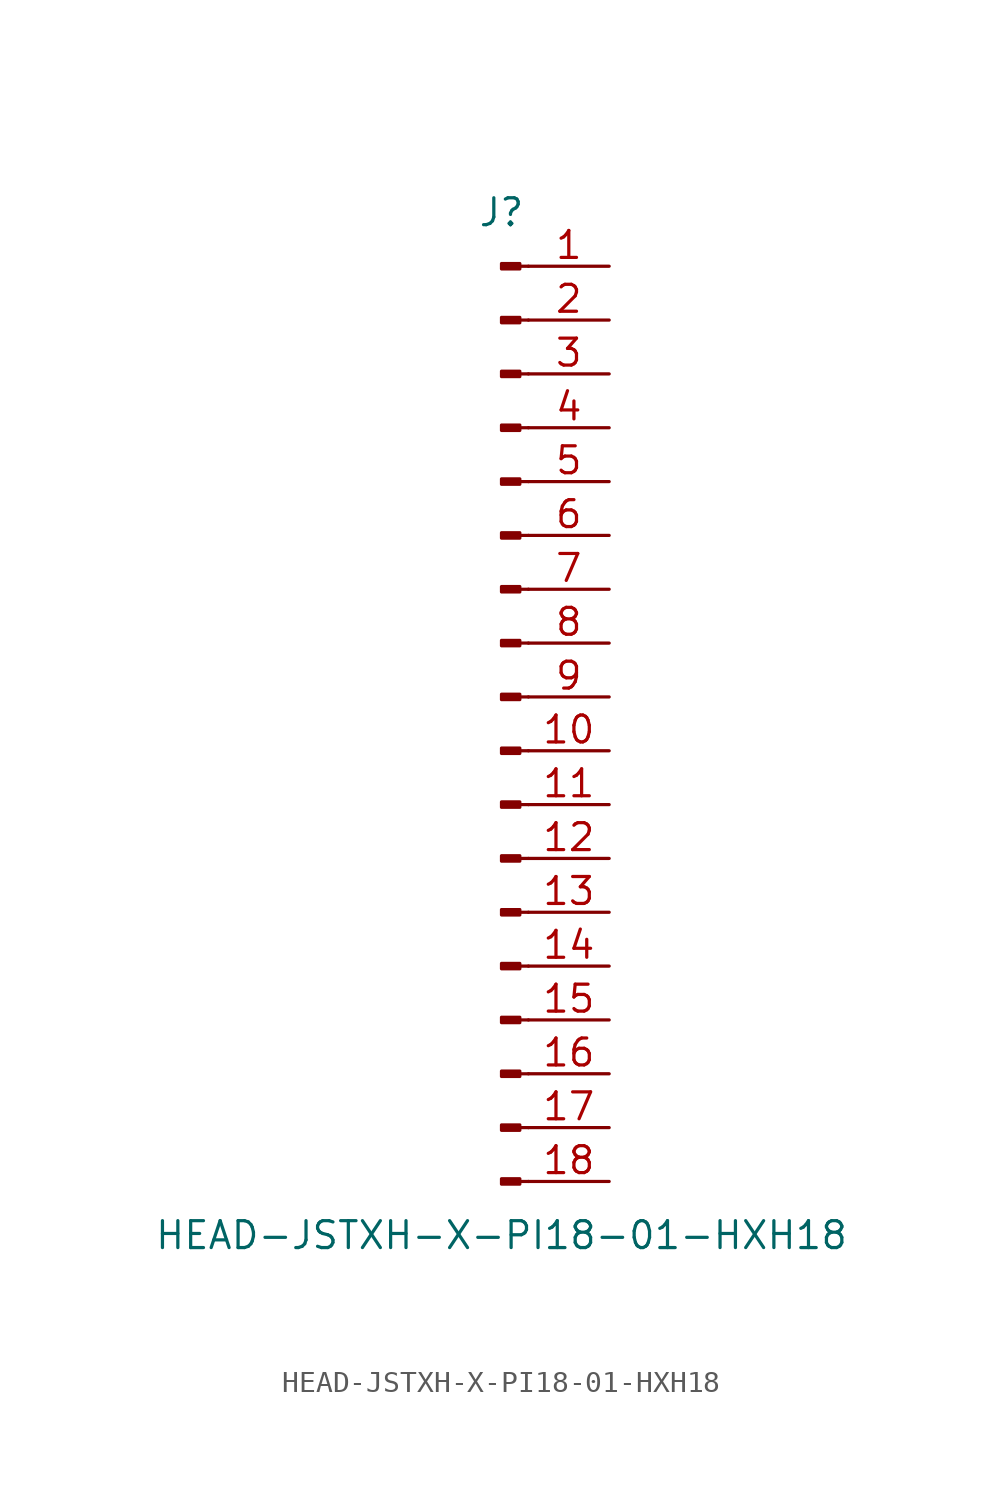
<source format=kicad_sym>
(kicad_symbol_lib
  (version 20211014)
  (generator kicad_symbol_editor)
  (symbol "HEAD-JSTXH-X-PI18-01-HXH18"
    (pin_names
      (offset 1.016) hide)
    (property "Reference" "J"
      (at 0 22.86 0)
      (effects (font (size 1.27 1.27))))
    (property "Value" "HEAD-JSTXH-X-PI18-01-HXH18"
      (at 0 -25.4 0)
      (effects (font (size 1.27 1.27))))
    (symbol "HEAD-JSTXH-X-PI18-01-HXH18_1_1"
      (polyline (pts (xy 1.27 -22.86) (xy 0.864 -22.86)) (stroke (width 0.152) (type default) (color 0 0 0 0)) (fill (type none)))
      (polyline (pts (xy 1.27 -20.32) (xy 0.864 -20.32)) (stroke (width 0.152) (type default) (color 0 0 0 0)) (fill (type none)))
      (polyline (pts (xy 1.27 -17.78) (xy 0.864 -17.78)) (stroke (width 0.152) (type default) (color 0 0 0 0)) (fill (type none)))
      (polyline (pts (xy 1.27 -15.24) (xy 0.864 -15.24)) (stroke (width 0.152) (type default) (color 0 0 0 0)) (fill (type none)))
      (polyline (pts (xy 1.27 -12.7) (xy 0.864 -12.7)) (stroke (width 0.152) (type default) (color 0 0 0 0)) (fill (type none)))
      (polyline (pts (xy 1.27 -10.16) (xy 0.864 -10.16)) (stroke (width 0.152) (type default) (color 0 0 0 0)) (fill (type none)))
      (polyline (pts (xy 1.27 -7.62) (xy 0.864 -7.62)) (stroke (width 0.152) (type default) (color 0 0 0 0)) (fill (type none)))
      (polyline (pts (xy 1.27 -5.08) (xy 0.864 -5.08)) (stroke (width 0.152) (type default) (color 0 0 0 0)) (fill (type none)))
      (polyline (pts (xy 1.27 -2.54) (xy 0.864 -2.54)) (stroke (width 0.152) (type default) (color 0 0 0 0)) (fill (type none)))
      (polyline (pts (xy 1.27 0) (xy 0.864 0)) (stroke (width 0.152) (type default) (color 0 0 0 0)) (fill (type none)))
      (polyline (pts (xy 1.27 2.54) (xy 0.864 2.54)) (stroke (width 0.152) (type default) (color 0 0 0 0)) (fill (type none)))
      (polyline (pts (xy 1.27 5.08) (xy 0.864 5.08)) (stroke (width 0.152) (type default) (color 0 0 0 0)) (fill (type none)))
      (polyline (pts (xy 1.27 7.62) (xy 0.864 7.62)) (stroke (width 0.152) (type default) (color 0 0 0 0)) (fill (type none)))
      (polyline (pts (xy 1.27 10.16) (xy 0.864 10.16)) (stroke (width 0.152) (type default) (color 0 0 0 0)) (fill (type none)))
      (polyline (pts (xy 1.27 12.7) (xy 0.864 12.7)) (stroke (width 0.152) (type default) (color 0 0 0 0)) (fill (type none)))
      (polyline (pts (xy 1.27 15.24) (xy 0.864 15.24)) (stroke (width 0.152) (type default) (color 0 0 0 0)) (fill (type none)))
      (polyline (pts (xy 1.27 17.78) (xy 0.864 17.78)) (stroke (width 0.152) (type default) (color 0 0 0 0)) (fill (type none)))
      (polyline (pts (xy 1.27 20.32) (xy 0.864 20.32)) (stroke (width 0.152) (type default) (color 0 0 0 0)) (fill (type none)))
      (rectangle (start 0.864 -22.733) (end 0 -22.987) (stroke (width 0.152) (type default) (color 0 0 0 0)) (fill (type outline)))
      (rectangle (start 0.864 -20.193) (end 0 -20.447) (stroke (width 0.152) (type default) (color 0 0 0 0)) (fill (type outline)))
      (rectangle (start 0.864 -17.653) (end 0 -17.907) (stroke (width 0.152) (type default) (color 0 0 0 0)) (fill (type outline)))
      (rectangle (start 0.864 -15.113) (end 0 -15.367) (stroke (width 0.152) (type default) (color 0 0 0 0)) (fill (type outline)))
      (rectangle (start 0.864 -12.573) (end 0 -12.827) (stroke (width 0.152) (type default) (color 0 0 0 0)) (fill (type outline)))
      (rectangle (start 0.864 -10.033) (end 0 -10.287) (stroke (width 0.152) (type default) (color 0 0 0 0)) (fill (type outline)))
      (rectangle (start 0.864 -7.493) (end 0 -7.747) (stroke (width 0.152) (type default) (color 0 0 0 0)) (fill (type outline)))
      (rectangle (start 0.864 -4.953) (end 0 -5.207) (stroke (width 0.152) (type default) (color 0 0 0 0)) (fill (type outline)))
      (rectangle (start 0.864 -2.413) (end 0 -2.667) (stroke (width 0.152) (type default) (color 0 0 0 0)) (fill (type outline)))
      (rectangle (start 0.864 0.127) (end 0 -0.127) (stroke (width 0.152) (type default) (color 0 0 0 0)) (fill (type outline)))
      (rectangle (start 0.864 2.667) (end 0 2.413) (stroke (width 0.152) (type default) (color 0 0 0 0)) (fill (type outline)))
      (rectangle (start 0.864 5.207) (end 0 4.953) (stroke (width 0.152) (type default) (color 0 0 0 0)) (fill (type outline)))
      (rectangle (start 0.864 7.747) (end 0 7.493) (stroke (width 0.152) (type default) (color 0 0 0 0)) (fill (type outline)))
      (rectangle (start 0.864 10.287) (end 0 10.033) (stroke (width 0.152) (type default) (color 0 0 0 0)) (fill (type outline)))
      (rectangle (start 0.864 12.827) (end 0 12.573) (stroke (width 0.152) (type default) (color 0 0 0 0)) (fill (type outline)))
      (rectangle (start 0.864 15.367) (end 0 15.113) (stroke (width 0.152) (type default) (color 0 0 0 0)) (fill (type outline)))
      (rectangle (start 0.864 17.907) (end 0 17.653) (stroke (width 0.152) (type default) (color 0 0 0 0)) (fill (type outline)))
      (rectangle (start 0.864 20.447) (end 0 20.193) (stroke (width 0.152) (type default) (color 0 0 0 0)) (fill (type outline)))
      (pin passive line (at 5.08 20.32 180) (length 3.81) (name "Pin_1" (effects (font (size 1.27 1.27)))) (number "1" (effects (font (size 1.27 1.27)))))
      (pin passive line (at 5.08 -2.54 180) (length 3.81) (name "Pin_10" (effects (font (size 1.27 1.27)))) (number "10" (effects (font (size 1.27 1.27)))))
      (pin passive line (at 5.08 -5.08 180) (length 3.81) (name "Pin_11" (effects (font (size 1.27 1.27)))) (number "11" (effects (font (size 1.27 1.27)))))
      (pin passive line (at 5.08 -7.62 180) (length 3.81) (name "Pin_12" (effects (font (size 1.27 1.27)))) (number "12" (effects (font (size 1.27 1.27)))))
      (pin passive line (at 5.08 -10.16 180) (length 3.81) (name "Pin_13" (effects (font (size 1.27 1.27)))) (number "13" (effects (font (size 1.27 1.27)))))
      (pin passive line (at 5.08 -12.7 180) (length 3.81) (name "Pin_14" (effects (font (size 1.27 1.27)))) (number "14" (effects (font (size 1.27 1.27)))))
      (pin passive line (at 5.08 -15.24 180) (length 3.81) (name "Pin_15" (effects (font (size 1.27 1.27)))) (number "15" (effects (font (size 1.27 1.27)))))
      (pin passive line (at 5.08 -17.78 180) (length 3.81) (name "Pin_16" (effects (font (size 1.27 1.27)))) (number "16" (effects (font (size 1.27 1.27)))))
      (pin passive line (at 5.08 -20.32 180) (length 3.81) (name "Pin_17" (effects (font (size 1.27 1.27)))) (number "17" (effects (font (size 1.27 1.27)))))
      (pin passive line (at 5.08 -22.86 180) (length 3.81) (name "Pin_18" (effects (font (size 1.27 1.27)))) (number "18" (effects (font (size 1.27 1.27)))))
      (pin passive line (at 5.08 17.78 180) (length 3.81) (name "Pin_2" (effects (font (size 1.27 1.27)))) (number "2" (effects (font (size 1.27 1.27)))))
      (pin passive line (at 5.08 15.24 180) (length 3.81) (name "Pin_3" (effects (font (size 1.27 1.27)))) (number "3" (effects (font (size 1.27 1.27)))))
      (pin passive line (at 5.08 12.7 180) (length 3.81) (name "Pin_4" (effects (font (size 1.27 1.27)))) (number "4" (effects (font (size 1.27 1.27)))))
      (pin passive line (at 5.08 10.16 180) (length 3.81) (name "Pin_5" (effects (font (size 1.27 1.27)))) (number "5" (effects (font (size 1.27 1.27)))))
      (pin passive line (at 5.08 7.62 180) (length 3.81) (name "Pin_6" (effects (font (size 1.27 1.27)))) (number "6" (effects (font (size 1.27 1.27)))))
      (pin passive line (at 5.08 5.08 180) (length 3.81) (name "Pin_7" (effects (font (size 1.27 1.27)))) (number "7" (effects (font (size 1.27 1.27)))))
      (pin passive line (at 5.08 2.54 180) (length 3.81) (name "Pin_8" (effects (font (size 1.27 1.27)))) (number "8" (effects (font (size 1.27 1.27)))))
      (pin passive line (at 5.08 0 180) (length 3.81) (name "Pin_9" (effects (font (size 1.27 1.27)))) (number "9" (effects (font (size 1.27 1.27))))))))
</source>
